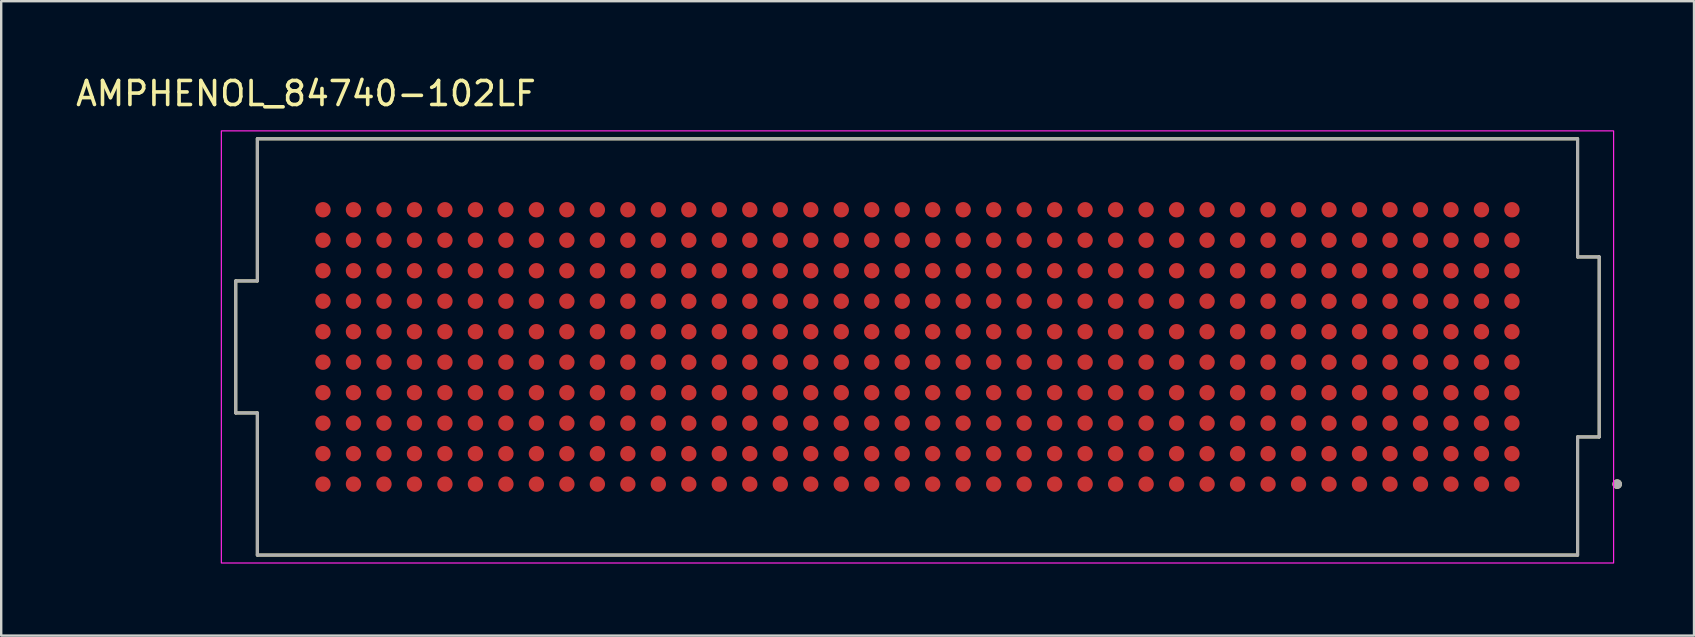
<source format=kicad_pcb>
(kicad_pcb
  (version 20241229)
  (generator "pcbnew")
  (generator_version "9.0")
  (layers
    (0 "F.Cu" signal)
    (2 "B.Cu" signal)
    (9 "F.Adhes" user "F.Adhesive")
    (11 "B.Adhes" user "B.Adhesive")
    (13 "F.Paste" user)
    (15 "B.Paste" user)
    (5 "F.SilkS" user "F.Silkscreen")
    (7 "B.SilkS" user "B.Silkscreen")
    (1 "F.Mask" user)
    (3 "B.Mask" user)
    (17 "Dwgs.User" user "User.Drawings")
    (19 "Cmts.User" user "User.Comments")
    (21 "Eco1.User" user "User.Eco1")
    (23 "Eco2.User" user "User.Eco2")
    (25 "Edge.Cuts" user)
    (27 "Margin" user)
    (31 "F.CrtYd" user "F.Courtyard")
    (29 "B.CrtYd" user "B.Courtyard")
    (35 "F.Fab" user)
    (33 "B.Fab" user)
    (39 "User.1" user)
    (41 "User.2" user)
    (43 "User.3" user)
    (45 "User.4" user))
  (footprint "AMPHENOL_84740-102LF"
    (layer "F.Cu")
    (at 35.171 11.403)
    (property "Reference" "AMPHENOL_84740-102LF" (at -25.475 -10.555 0) (layer "F.SilkS") (effects (font (size 1 1) (thickness 0.15))))
    (attr smd)
    (fp_line (start -28.4 -2.75) (end -28.4 2.75) (stroke (width 0.127) (type solid)) (layer "F.SilkS"))
    (fp_line (start -28.4 2.75) (end -27.5 2.75) (stroke (width 0.127) (type solid)) (layer "F.SilkS"))
    (fp_line (start -27.5 -8.67) (end -27.5 -2.75) (stroke (width 0.127) (type solid)) (layer "F.SilkS"))
    (fp_line (start -27.5 -2.75) (end -28.4 -2.75) (stroke (width 0.127) (type solid)) (layer "F.SilkS"))
    (fp_line (start -27.5 2.75) (end -27.5 8.67) (stroke (width 0.127) (type solid)) (layer "F.SilkS"))
    (fp_line (start -27.5 8.67) (end 27.5 8.67) (stroke (width 0.127) (type solid)) (layer "F.SilkS"))
    (fp_line (start 27.5 -8.67) (end -27.5 -8.67) (stroke (width 0.127) (type solid)) (layer "F.SilkS"))
    (fp_line (start 27.5 -3.75) (end 27.5 -8.67) (stroke (width 0.127) (type solid)) (layer "F.SilkS"))
    (fp_line (start 27.5 3.75) (end 28.4 3.75) (stroke (width 0.127) (type solid)) (layer "F.SilkS"))
    (fp_line (start 27.5 8.67) (end 27.5 3.75) (stroke (width 0.127) (type solid)) (layer "F.SilkS"))
    (fp_line (start 28.4 -3.75) (end 27.5 -3.75) (stroke (width 0.127) (type solid)) (layer "F.SilkS"))
    (fp_line (start 28.4 3.75) (end 28.4 -3.75) (stroke (width 0.127) (type solid)) (layer "F.SilkS"))
    (fp_circle (center 29.15 5.715) (end 29.25 5.715) (stroke (width 0.2) (type solid)) (fill no) (layer "F.SilkS"))
    (fp_rect (start -29 -9) (end 29 9) (stroke (width 0.05) (type default)) (fill no) (layer "F.CrtYd"))
    (fp_line (start -28.4 -2.75) (end -28.4 2.75) (stroke (width 0.127) (type solid)) (layer "F.Fab"))
    (fp_line (start -28.4 2.75) (end -27.5 2.75) (stroke (width 0.127) (type solid)) (layer "F.Fab"))
    (fp_line (start -27.5 -8.67) (end -27.5 -2.75) (stroke (width 0.127) (type solid)) (layer "F.Fab"))
    (fp_line (start -27.5 -2.75) (end -28.4 -2.75) (stroke (width 0.127) (type solid)) (layer "F.Fab"))
    (fp_line (start -27.5 2.75) (end -27.5 8.67) (stroke (width 0.127) (type solid)) (layer "F.Fab"))
    (fp_line (start -27.5 8.67) (end 27.5 8.67) (stroke (width 0.127) (type solid)) (layer "F.Fab"))
    (fp_line (start 27.5 -8.67) (end -27.5 -8.67) (stroke (width 0.127) (type solid)) (layer "F.Fab"))
    (fp_line (start 27.5 -3.75) (end 27.5 -8.67) (stroke (width 0.127) (type solid)) (layer "F.Fab"))
    (fp_line (start 27.5 3.75) (end 28.4 3.75) (stroke (width 0.127) (type solid)) (layer "F.Fab"))
    (fp_line (start 27.5 8.67) (end 27.5 3.75) (stroke (width 0.127) (type solid)) (layer "F.Fab"))
    (fp_line (start 28.4 -3.75) (end 27.5 -3.75) (stroke (width 0.127) (type solid)) (layer "F.Fab"))
    (fp_line (start 28.4 3.75) (end 28.4 -3.75) (stroke (width 0.127) (type solid)) (layer "F.Fab"))
    (fp_circle (center 29.15 5.715) (end 29.25 5.715) (stroke (width 0.2) (type solid)) (fill no) (layer "F.Fab"))
    (pad "A1" smd circle (at 24.765 5.715) (size 0.64 0.64) (layers "F.Cu" "F.Mask" "F.Paste"))
    (pad "A2" smd circle (at 23.495 5.715) (size 0.64 0.64) (layers "F.Cu" "F.Mask" "F.Paste"))
    (pad "A3" smd circle (at 22.225 5.715) (size 0.64 0.64) (layers "F.Cu" "F.Mask" "F.Paste"))
    (pad "A4" smd circle (at 20.955 5.715) (size 0.64 0.64) (layers "F.Cu" "F.Mask" "F.Paste"))
    (pad "A5" smd circle (at 19.685 5.715) (size 0.64 0.64) (layers "F.Cu" "F.Mask" "F.Paste"))
    (pad "A6" smd circle (at 18.415 5.715) (size 0.64 0.64) (layers "F.Cu" "F.Mask" "F.Paste"))
    (pad "A7" smd circle (at 17.145 5.715) (size 0.64 0.64) (layers "F.Cu" "F.Mask" "F.Paste"))
    (pad "A8" smd circle (at 15.875 5.715) (size 0.64 0.64) (layers "F.Cu" "F.Mask" "F.Paste"))
    (pad "A9" smd circle (at 14.605 5.715) (size 0.64 0.64) (layers "F.Cu" "F.Mask" "F.Paste"))
    (pad "A10" smd circle (at 13.335 5.715) (size 0.64 0.64) (layers "F.Cu" "F.Mask" "F.Paste"))
    (pad "A11" smd circle (at 12.065 5.715) (size 0.64 0.64) (layers "F.Cu" "F.Mask" "F.Paste"))
    (pad "A12" smd circle (at 10.795 5.715) (size 0.64 0.64) (layers "F.Cu" "F.Mask" "F.Paste"))
    (pad "A13" smd circle (at 9.525 5.715) (size 0.64 0.64) (layers "F.Cu" "F.Mask" "F.Paste"))
    (pad "A14" smd circle (at 8.255 5.715) (size 0.64 0.64) (layers "F.Cu" "F.Mask" "F.Paste"))
    (pad "A15" smd circle (at 6.985 5.715) (size 0.64 0.64) (layers "F.Cu" "F.Mask" "F.Paste"))
    (pad "A16" smd circle (at 5.715 5.715) (size 0.64 0.64) (layers "F.Cu" "F.Mask" "F.Paste"))
    (pad "A17" smd circle (at 4.445 5.715) (size 0.64 0.64) (layers "F.Cu" "F.Mask" "F.Paste"))
    (pad "A18" smd circle (at 3.175 5.715) (size 0.64 0.64) (layers "F.Cu" "F.Mask" "F.Paste"))
    (pad "A19" smd circle (at 1.905 5.715) (size 0.64 0.64) (layers "F.Cu" "F.Mask" "F.Paste"))
    (pad "A20" smd circle (at 0.635 5.715) (size 0.64 0.64) (layers "F.Cu" "F.Mask" "F.Paste"))
    (pad "A21" smd circle (at -0.635 5.715) (size 0.64 0.64) (layers "F.Cu" "F.Mask" "F.Paste"))
    (pad "A22" smd circle (at -1.905 5.715) (size 0.64 0.64) (layers "F.Cu" "F.Mask" "F.Paste"))
    (pad "A23" smd circle (at -3.175 5.715) (size 0.64 0.64) (layers "F.Cu" "F.Mask" "F.Paste"))
    (pad "A24" smd circle (at -4.445 5.715) (size 0.64 0.64) (layers "F.Cu" "F.Mask" "F.Paste"))
    (pad "A25" smd circle (at -5.715 5.715) (size 0.64 0.64) (layers "F.Cu" "F.Mask" "F.Paste"))
    (pad "A26" smd circle (at -6.985 5.715) (size 0.64 0.64) (layers "F.Cu" "F.Mask" "F.Paste"))
    (pad "A27" smd circle (at -8.255 5.715) (size 0.64 0.64) (layers "F.Cu" "F.Mask" "F.Paste"))
    (pad "A28" smd circle (at -9.525 5.715) (size 0.64 0.64) (layers "F.Cu" "F.Mask" "F.Paste"))
    (pad "A29" smd circle (at -10.795 5.715) (size 0.64 0.64) (layers "F.Cu" "F.Mask" "F.Paste"))
    (pad "A30" smd circle (at -12.065 5.715) (size 0.64 0.64) (layers "F.Cu" "F.Mask" "F.Paste"))
    (pad "A31" smd circle (at -13.335 5.715) (size 0.64 0.64) (layers "F.Cu" "F.Mask" "F.Paste"))
    (pad "A32" smd circle (at -14.605 5.715) (size 0.64 0.64) (layers "F.Cu" "F.Mask" "F.Paste"))
    (pad "A33" smd circle (at -15.875 5.715) (size 0.64 0.64) (layers "F.Cu" "F.Mask" "F.Paste"))
    (pad "A34" smd circle (at -17.145 5.715) (size 0.64 0.64) (layers "F.Cu" "F.Mask" "F.Paste"))
    (pad "A35" smd circle (at -18.415 5.715) (size 0.64 0.64) (layers "F.Cu" "F.Mask" "F.Paste"))
    (pad "A36" smd circle (at -19.685 5.715) (size 0.64 0.64) (layers "F.Cu" "F.Mask" "F.Paste"))
    (pad "A37" smd circle (at -20.955 5.715) (size 0.64 0.64) (layers "F.Cu" "F.Mask" "F.Paste"))
    (pad "A38" smd circle (at -22.225 5.715) (size 0.64 0.64) (layers "F.Cu" "F.Mask" "F.Paste"))
    (pad "A39" smd circle (at -23.495 5.715) (size 0.64 0.64) (layers "F.Cu" "F.Mask" "F.Paste"))
    (pad "A40" smd circle (at -24.765 5.715) (size 0.64 0.64) (layers "F.Cu" "F.Mask" "F.Paste"))
    (pad "B1" smd circle (at 24.765 4.445) (size 0.64 0.64) (layers "F.Cu" "F.Mask" "F.Paste"))
    (pad "B2" smd circle (at 23.495 4.445) (size 0.64 0.64) (layers "F.Cu" "F.Mask" "F.Paste"))
    (pad "B3" smd circle (at 22.225 4.445) (size 0.64 0.64) (layers "F.Cu" "F.Mask" "F.Paste"))
    (pad "B4" smd circle (at 20.955 4.445) (size 0.64 0.64) (layers "F.Cu" "F.Mask" "F.Paste"))
    (pad "B5" smd circle (at 19.685 4.445) (size 0.64 0.64) (layers "F.Cu" "F.Mask" "F.Paste"))
    (pad "B6" smd circle (at 18.415 4.445) (size 0.64 0.64) (layers "F.Cu" "F.Mask" "F.Paste"))
    (pad "B7" smd circle (at 17.145 4.445) (size 0.64 0.64) (layers "F.Cu" "F.Mask" "F.Paste"))
    (pad "B8" smd circle (at 15.875 4.445) (size 0.64 0.64) (layers "F.Cu" "F.Mask" "F.Paste"))
    (pad "B9" smd circle (at 14.605 4.445) (size 0.64 0.64) (layers "F.Cu" "F.Mask" "F.Paste"))
    (pad "B10" smd circle (at 13.335 4.445) (size 0.64 0.64) (layers "F.Cu" "F.Mask" "F.Paste"))
    (pad "B11" smd circle (at 12.065 4.445) (size 0.64 0.64) (layers "F.Cu" "F.Mask" "F.Paste"))
    (pad "B12" smd circle (at 10.795 4.445) (size 0.64 0.64) (layers "F.Cu" "F.Mask" "F.Paste"))
    (pad "B13" smd circle (at 9.525 4.445) (size 0.64 0.64) (layers "F.Cu" "F.Mask" "F.Paste"))
    (pad "B14" smd circle (at 8.255 4.445) (size 0.64 0.64) (layers "F.Cu" "F.Mask" "F.Paste"))
    (pad "B15" smd circle (at 6.985 4.445) (size 0.64 0.64) (layers "F.Cu" "F.Mask" "F.Paste"))
    (pad "B16" smd circle (at 5.715 4.445) (size 0.64 0.64) (layers "F.Cu" "F.Mask" "F.Paste"))
    (pad "B17" smd circle (at 4.445 4.445) (size 0.64 0.64) (layers "F.Cu" "F.Mask" "F.Paste"))
    (pad "B18" smd circle (at 3.175 4.445) (size 0.64 0.64) (layers "F.Cu" "F.Mask" "F.Paste"))
    (pad "B19" smd circle (at 1.905 4.445) (size 0.64 0.64) (layers "F.Cu" "F.Mask" "F.Paste"))
    (pad "B20" smd circle (at 0.635 4.445) (size 0.64 0.64) (layers "F.Cu" "F.Mask" "F.Paste"))
    (pad "B21" smd circle (at -0.635 4.445) (size 0.64 0.64) (layers "F.Cu" "F.Mask" "F.Paste"))
    (pad "B22" smd circle (at -1.905 4.445) (size 0.64 0.64) (layers "F.Cu" "F.Mask" "F.Paste"))
    (pad "B23" smd circle (at -3.175 4.445) (size 0.64 0.64) (layers "F.Cu" "F.Mask" "F.Paste"))
    (pad "B24" smd circle (at -4.445 4.445) (size 0.64 0.64) (layers "F.Cu" "F.Mask" "F.Paste"))
    (pad "B25" smd circle (at -5.715 4.445) (size 0.64 0.64) (layers "F.Cu" "F.Mask" "F.Paste"))
    (pad "B26" smd circle (at -6.985 4.445) (size 0.64 0.64) (layers "F.Cu" "F.Mask" "F.Paste"))
    (pad "B27" smd circle (at -8.255 4.445) (size 0.64 0.64) (layers "F.Cu" "F.Mask" "F.Paste"))
    (pad "B28" smd circle (at -9.525 4.445) (size 0.64 0.64) (layers "F.Cu" "F.Mask" "F.Paste"))
    (pad "B29" smd circle (at -10.795 4.445) (size 0.64 0.64) (layers "F.Cu" "F.Mask" "F.Paste"))
    (pad "B30" smd circle (at -12.065 4.445) (size 0.64 0.64) (layers "F.Cu" "F.Mask" "F.Paste"))
    (pad "B31" smd circle (at -13.335 4.445) (size 0.64 0.64) (layers "F.Cu" "F.Mask" "F.Paste"))
    (pad "B32" smd circle (at -14.605 4.445) (size 0.64 0.64) (layers "F.Cu" "F.Mask" "F.Paste"))
    (pad "B33" smd circle (at -15.875 4.445) (size 0.64 0.64) (layers "F.Cu" "F.Mask" "F.Paste"))
    (pad "B34" smd circle (at -17.145 4.445) (size 0.64 0.64) (layers "F.Cu" "F.Mask" "F.Paste"))
    (pad "B35" smd circle (at -18.415 4.445) (size 0.64 0.64) (layers "F.Cu" "F.Mask" "F.Paste"))
    (pad "B36" smd circle (at -19.685 4.445) (size 0.64 0.64) (layers "F.Cu" "F.Mask" "F.Paste"))
    (pad "B37" smd circle (at -20.955 4.445) (size 0.64 0.64) (layers "F.Cu" "F.Mask" "F.Paste"))
    (pad "B38" smd circle (at -22.225 4.445) (size 0.64 0.64) (layers "F.Cu" "F.Mask" "F.Paste"))
    (pad "B39" smd circle (at -23.495 4.445) (size 0.64 0.64) (layers "F.Cu" "F.Mask" "F.Paste"))
    (pad "B40" smd circle (at -24.765 4.445) (size 0.64 0.64) (layers "F.Cu" "F.Mask" "F.Paste"))
    (pad "C1" smd circle (at 24.765 3.175) (size 0.64 0.64) (layers "F.Cu" "F.Mask" "F.Paste"))
    (pad "C2" smd circle (at 23.495 3.175) (size 0.64 0.64) (layers "F.Cu" "F.Mask" "F.Paste"))
    (pad "C3" smd circle (at 22.225 3.175) (size 0.64 0.64) (layers "F.Cu" "F.Mask" "F.Paste"))
    (pad "C4" smd circle (at 20.955 3.175) (size 0.64 0.64) (layers "F.Cu" "F.Mask" "F.Paste"))
    (pad "C5" smd circle (at 19.685 3.175) (size 0.64 0.64) (layers "F.Cu" "F.Mask" "F.Paste"))
    (pad "C6" smd circle (at 18.415 3.175) (size 0.64 0.64) (layers "F.Cu" "F.Mask" "F.Paste"))
    (pad "C7" smd circle (at 17.145 3.175) (size 0.64 0.64) (layers "F.Cu" "F.Mask" "F.Paste"))
    (pad "C8" smd circle (at 15.875 3.175) (size 0.64 0.64) (layers "F.Cu" "F.Mask" "F.Paste"))
    (pad "C9" smd circle (at 14.605 3.175) (size 0.64 0.64) (layers "F.Cu" "F.Mask" "F.Paste"))
    (pad "C10" smd circle (at 13.335 3.175) (size 0.64 0.64) (layers "F.Cu" "F.Mask" "F.Paste"))
    (pad "C11" smd circle (at 12.065 3.175) (size 0.64 0.64) (layers "F.Cu" "F.Mask" "F.Paste"))
    (pad "C12" smd circle (at 10.795 3.175) (size 0.64 0.64) (layers "F.Cu" "F.Mask" "F.Paste"))
    (pad "C13" smd circle (at 9.525 3.175) (size 0.64 0.64) (layers "F.Cu" "F.Mask" "F.Paste"))
    (pad "C14" smd circle (at 8.255 3.175) (size 0.64 0.64) (layers "F.Cu" "F.Mask" "F.Paste"))
    (pad "C15" smd circle (at 6.985 3.175) (size 0.64 0.64) (layers "F.Cu" "F.Mask" "F.Paste"))
    (pad "C16" smd circle (at 5.715 3.175) (size 0.64 0.64) (layers "F.Cu" "F.Mask" "F.Paste"))
    (pad "C17" smd circle (at 4.445 3.175) (size 0.64 0.64) (layers "F.Cu" "F.Mask" "F.Paste"))
    (pad "C18" smd circle (at 3.175 3.175) (size 0.64 0.64) (layers "F.Cu" "F.Mask" "F.Paste"))
    (pad "C19" smd circle (at 1.905 3.175) (size 0.64 0.64) (layers "F.Cu" "F.Mask" "F.Paste"))
    (pad "C20" smd circle (at 0.635 3.175) (size 0.64 0.64) (layers "F.Cu" "F.Mask" "F.Paste"))
    (pad "C21" smd circle (at -0.635 3.175) (size 0.64 0.64) (layers "F.Cu" "F.Mask" "F.Paste"))
    (pad "C22" smd circle (at -1.905 3.175) (size 0.64 0.64) (layers "F.Cu" "F.Mask" "F.Paste"))
    (pad "C23" smd circle (at -3.175 3.175) (size 0.64 0.64) (layers "F.Cu" "F.Mask" "F.Paste"))
    (pad "C24" smd circle (at -4.445 3.175) (size 0.64 0.64) (layers "F.Cu" "F.Mask" "F.Paste"))
    (pad "C25" smd circle (at -5.715 3.175) (size 0.64 0.64) (layers "F.Cu" "F.Mask" "F.Paste"))
    (pad "C26" smd circle (at -6.985 3.175) (size 0.64 0.64) (layers "F.Cu" "F.Mask" "F.Paste"))
    (pad "C27" smd circle (at -8.255 3.175) (size 0.64 0.64) (layers "F.Cu" "F.Mask" "F.Paste"))
    (pad "C28" smd circle (at -9.525 3.175) (size 0.64 0.64) (layers "F.Cu" "F.Mask" "F.Paste"))
    (pad "C29" smd circle (at -10.795 3.175) (size 0.64 0.64) (layers "F.Cu" "F.Mask" "F.Paste"))
    (pad "C30" smd circle (at -12.065 3.175) (size 0.64 0.64) (layers "F.Cu" "F.Mask" "F.Paste"))
    (pad "C31" smd circle (at -13.335 3.175) (size 0.64 0.64) (layers "F.Cu" "F.Mask" "F.Paste"))
    (pad "C32" smd circle (at -14.605 3.175) (size 0.64 0.64) (layers "F.Cu" "F.Mask" "F.Paste"))
    (pad "C33" smd circle (at -15.875 3.175) (size 0.64 0.64) (layers "F.Cu" "F.Mask" "F.Paste"))
    (pad "C34" smd circle (at -17.145 3.175) (size 0.64 0.64) (layers "F.Cu" "F.Mask" "F.Paste"))
    (pad "C35" smd circle (at -18.415 3.175) (size 0.64 0.64) (layers "F.Cu" "F.Mask" "F.Paste"))
    (pad "C36" smd circle (at -19.685 3.175) (size 0.64 0.64) (layers "F.Cu" "F.Mask" "F.Paste"))
    (pad "C37" smd circle (at -20.955 3.175) (size 0.64 0.64) (layers "F.Cu" "F.Mask" "F.Paste"))
    (pad "C38" smd circle (at -22.225 3.175) (size 0.64 0.64) (layers "F.Cu" "F.Mask" "F.Paste"))
    (pad "C39" smd circle (at -23.495 3.175) (size 0.64 0.64) (layers "F.Cu" "F.Mask" "F.Paste"))
    (pad "C40" smd circle (at -24.765 3.175) (size 0.64 0.64) (layers "F.Cu" "F.Mask" "F.Paste"))
    (pad "D1" smd circle (at 24.765 1.905) (size 0.64 0.64) (layers "F.Cu" "F.Mask" "F.Paste"))
    (pad "D2" smd circle (at 23.495 1.905) (size 0.64 0.64) (layers "F.Cu" "F.Mask" "F.Paste"))
    (pad "D3" smd circle (at 22.225 1.905) (size 0.64 0.64) (layers "F.Cu" "F.Mask" "F.Paste"))
    (pad "D4" smd circle (at 20.955 1.905) (size 0.64 0.64) (layers "F.Cu" "F.Mask" "F.Paste"))
    (pad "D5" smd circle (at 19.685 1.905) (size 0.64 0.64) (layers "F.Cu" "F.Mask" "F.Paste"))
    (pad "D6" smd circle (at 18.415 1.905) (size 0.64 0.64) (layers "F.Cu" "F.Mask" "F.Paste"))
    (pad "D7" smd circle (at 17.145 1.905) (size 0.64 0.64) (layers "F.Cu" "F.Mask" "F.Paste"))
    (pad "D8" smd circle (at 15.875 1.905) (size 0.64 0.64) (layers "F.Cu" "F.Mask" "F.Paste"))
    (pad "D9" smd circle (at 14.605 1.905) (size 0.64 0.64) (layers "F.Cu" "F.Mask" "F.Paste"))
    (pad "D10" smd circle (at 13.335 1.905) (size 0.64 0.64) (layers "F.Cu" "F.Mask" "F.Paste"))
    (pad "D11" smd circle (at 12.065 1.905) (size 0.64 0.64) (layers "F.Cu" "F.Mask" "F.Paste"))
    (pad "D12" smd circle (at 10.795 1.905) (size 0.64 0.64) (layers "F.Cu" "F.Mask" "F.Paste"))
    (pad "D13" smd circle (at 9.525 1.905) (size 0.64 0.64) (layers "F.Cu" "F.Mask" "F.Paste"))
    (pad "D14" smd circle (at 8.255 1.905) (size 0.64 0.64) (layers "F.Cu" "F.Mask" "F.Paste"))
    (pad "D15" smd circle (at 6.985 1.905) (size 0.64 0.64) (layers "F.Cu" "F.Mask" "F.Paste"))
    (pad "D16" smd circle (at 5.715 1.905) (size 0.64 0.64) (layers "F.Cu" "F.Mask" "F.Paste"))
    (pad "D17" smd circle (at 4.445 1.905) (size 0.64 0.64) (layers "F.Cu" "F.Mask" "F.Paste"))
    (pad "D18" smd circle (at 3.175 1.905) (size 0.64 0.64) (layers "F.Cu" "F.Mask" "F.Paste"))
    (pad "D19" smd circle (at 1.905 1.905) (size 0.64 0.64) (layers "F.Cu" "F.Mask" "F.Paste"))
    (pad "D20" smd circle (at 0.635 1.905) (size 0.64 0.64) (layers "F.Cu" "F.Mask" "F.Paste"))
    (pad "D21" smd circle (at -0.635 1.905) (size 0.64 0.64) (layers "F.Cu" "F.Mask" "F.Paste"))
    (pad "D22" smd circle (at -1.905 1.905) (size 0.64 0.64) (layers "F.Cu" "F.Mask" "F.Paste"))
    (pad "D23" smd circle (at -3.175 1.905) (size 0.64 0.64) (layers "F.Cu" "F.Mask" "F.Paste"))
    (pad "D24" smd circle (at -4.445 1.905) (size 0.64 0.64) (layers "F.Cu" "F.Mask" "F.Paste"))
    (pad "D25" smd circle (at -5.715 1.905) (size 0.64 0.64) (layers "F.Cu" "F.Mask" "F.Paste"))
    (pad "D26" smd circle (at -6.985 1.905) (size 0.64 0.64) (layers "F.Cu" "F.Mask" "F.Paste"))
    (pad "D27" smd circle (at -8.255 1.905) (size 0.64 0.64) (layers "F.Cu" "F.Mask" "F.Paste"))
    (pad "D28" smd circle (at -9.525 1.905) (size 0.64 0.64) (layers "F.Cu" "F.Mask" "F.Paste"))
    (pad "D29" smd circle (at -10.795 1.905) (size 0.64 0.64) (layers "F.Cu" "F.Mask" "F.Paste"))
    (pad "D30" smd circle (at -12.065 1.905) (size 0.64 0.64) (layers "F.Cu" "F.Mask" "F.Paste"))
    (pad "D31" smd circle (at -13.335 1.905) (size 0.64 0.64) (layers "F.Cu" "F.Mask" "F.Paste"))
    (pad "D32" smd circle (at -14.605 1.905) (size 0.64 0.64) (layers "F.Cu" "F.Mask" "F.Paste"))
    (pad "D33" smd circle (at -15.875 1.905) (size 0.64 0.64) (layers "F.Cu" "F.Mask" "F.Paste"))
    (pad "D34" smd circle (at -17.145 1.905) (size 0.64 0.64) (layers "F.Cu" "F.Mask" "F.Paste"))
    (pad "D35" smd circle (at -18.415 1.905) (size 0.64 0.64) (layers "F.Cu" "F.Mask" "F.Paste"))
    (pad "D36" smd circle (at -19.685 1.905) (size 0.64 0.64) (layers "F.Cu" "F.Mask" "F.Paste"))
    (pad "D37" smd circle (at -20.955 1.905) (size 0.64 0.64) (layers "F.Cu" "F.Mask" "F.Paste"))
    (pad "D38" smd circle (at -22.225 1.905) (size 0.64 0.64) (layers "F.Cu" "F.Mask" "F.Paste"))
    (pad "D39" smd circle (at -23.495 1.905) (size 0.64 0.64) (layers "F.Cu" "F.Mask" "F.Paste"))
    (pad "D40" smd circle (at -24.765 1.905) (size 0.64 0.64) (layers "F.Cu" "F.Mask" "F.Paste"))
    (pad "E1" smd circle (at 24.765 0.635) (size 0.64 0.64) (layers "F.Cu" "F.Mask" "F.Paste"))
    (pad "E2" smd circle (at 23.495 0.635) (size 0.64 0.64) (layers "F.Cu" "F.Mask" "F.Paste"))
    (pad "E3" smd circle (at 22.225 0.635) (size 0.64 0.64) (layers "F.Cu" "F.Mask" "F.Paste"))
    (pad "E4" smd circle (at 20.955 0.635) (size 0.64 0.64) (layers "F.Cu" "F.Mask" "F.Paste"))
    (pad "E5" smd circle (at 19.685 0.635) (size 0.64 0.64) (layers "F.Cu" "F.Mask" "F.Paste"))
    (pad "E6" smd circle (at 18.415 0.635) (size 0.64 0.64) (layers "F.Cu" "F.Mask" "F.Paste"))
    (pad "E7" smd circle (at 17.145 0.635) (size 0.64 0.64) (layers "F.Cu" "F.Mask" "F.Paste"))
    (pad "E8" smd circle (at 15.875 0.635) (size 0.64 0.64) (layers "F.Cu" "F.Mask" "F.Paste"))
    (pad "E9" smd circle (at 14.605 0.635) (size 0.64 0.64) (layers "F.Cu" "F.Mask" "F.Paste"))
    (pad "E10" smd circle (at 13.335 0.635) (size 0.64 0.64) (layers "F.Cu" "F.Mask" "F.Paste"))
    (pad "E11" smd circle (at 12.065 0.635) (size 0.64 0.64) (layers "F.Cu" "F.Mask" "F.Paste"))
    (pad "E12" smd circle (at 10.795 0.635) (size 0.64 0.64) (layers "F.Cu" "F.Mask" "F.Paste"))
    (pad "E13" smd circle (at 9.525 0.635) (size 0.64 0.64) (layers "F.Cu" "F.Mask" "F.Paste"))
    (pad "E14" smd circle (at 8.255 0.635) (size 0.64 0.64) (layers "F.Cu" "F.Mask" "F.Paste"))
    (pad "E15" smd circle (at 6.985 0.635) (size 0.64 0.64) (layers "F.Cu" "F.Mask" "F.Paste"))
    (pad "E16" smd circle (at 5.715 0.635) (size 0.64 0.64) (layers "F.Cu" "F.Mask" "F.Paste"))
    (pad "E17" smd circle (at 4.445 0.635) (size 0.64 0.64) (layers "F.Cu" "F.Mask" "F.Paste"))
    (pad "E18" smd circle (at 3.175 0.635) (size 0.64 0.64) (layers "F.Cu" "F.Mask" "F.Paste"))
    (pad "E19" smd circle (at 1.905 0.635) (size 0.64 0.64) (layers "F.Cu" "F.Mask" "F.Paste"))
    (pad "E20" smd circle (at 0.635 0.635) (size 0.64 0.64) (layers "F.Cu" "F.Mask" "F.Paste"))
    (pad "E21" smd circle (at -0.635 0.635) (size 0.64 0.64) (layers "F.Cu" "F.Mask" "F.Paste"))
    (pad "E22" smd circle (at -1.905 0.635) (size 0.64 0.64) (layers "F.Cu" "F.Mask" "F.Paste"))
    (pad "E23" smd circle (at -3.175 0.635) (size 0.64 0.64) (layers "F.Cu" "F.Mask" "F.Paste"))
    (pad "E24" smd circle (at -4.445 0.635) (size 0.64 0.64) (layers "F.Cu" "F.Mask" "F.Paste"))
    (pad "E25" smd circle (at -5.715 0.635) (size 0.64 0.64) (layers "F.Cu" "F.Mask" "F.Paste"))
    (pad "E26" smd circle (at -6.985 0.635) (size 0.64 0.64) (layers "F.Cu" "F.Mask" "F.Paste"))
    (pad "E27" smd circle (at -8.255 0.635) (size 0.64 0.64) (layers "F.Cu" "F.Mask" "F.Paste"))
    (pad "E28" smd circle (at -9.525 0.635) (size 0.64 0.64) (layers "F.Cu" "F.Mask" "F.Paste"))
    (pad "E29" smd circle (at -10.795 0.635) (size 0.64 0.64) (layers "F.Cu" "F.Mask" "F.Paste"))
    (pad "E30" smd circle (at -12.065 0.635) (size 0.64 0.64) (layers "F.Cu" "F.Mask" "F.Paste"))
    (pad "E31" smd circle (at -13.335 0.635) (size 0.64 0.64) (layers "F.Cu" "F.Mask" "F.Paste"))
    (pad "E32" smd circle (at -14.605 0.635) (size 0.64 0.64) (layers "F.Cu" "F.Mask" "F.Paste"))
    (pad "E33" smd circle (at -15.875 0.635) (size 0.64 0.64) (layers "F.Cu" "F.Mask" "F.Paste"))
    (pad "E34" smd circle (at -17.145 0.635) (size 0.64 0.64) (layers "F.Cu" "F.Mask" "F.Paste"))
    (pad "E35" smd circle (at -18.415 0.635) (size 0.64 0.64) (layers "F.Cu" "F.Mask" "F.Paste"))
    (pad "E36" smd circle (at -19.685 0.635) (size 0.64 0.64) (layers "F.Cu" "F.Mask" "F.Paste"))
    (pad "E37" smd circle (at -20.955 0.635) (size 0.64 0.64) (layers "F.Cu" "F.Mask" "F.Paste"))
    (pad "E38" smd circle (at -22.225 0.635) (size 0.64 0.64) (layers "F.Cu" "F.Mask" "F.Paste"))
    (pad "E39" smd circle (at -23.495 0.635) (size 0.64 0.64) (layers "F.Cu" "F.Mask" "F.Paste"))
    (pad "E40" smd circle (at -24.765 0.635) (size 0.64 0.64) (layers "F.Cu" "F.Mask" "F.Paste"))
    (pad "F1" smd circle (at 24.765 -0.635) (size 0.64 0.64) (layers "F.Cu" "F.Mask" "F.Paste"))
    (pad "F2" smd circle (at 23.495 -0.635) (size 0.64 0.64) (layers "F.Cu" "F.Mask" "F.Paste"))
    (pad "F3" smd circle (at 22.225 -0.635) (size 0.64 0.64) (layers "F.Cu" "F.Mask" "F.Paste"))
    (pad "F4" smd circle (at 20.955 -0.635) (size 0.64 0.64) (layers "F.Cu" "F.Mask" "F.Paste"))
    (pad "F5" smd circle (at 19.685 -0.635) (size 0.64 0.64) (layers "F.Cu" "F.Mask" "F.Paste"))
    (pad "F6" smd circle (at 18.415 -0.635) (size 0.64 0.64) (layers "F.Cu" "F.Mask" "F.Paste"))
    (pad "F7" smd circle (at 17.145 -0.635) (size 0.64 0.64) (layers "F.Cu" "F.Mask" "F.Paste"))
    (pad "F8" smd circle (at 15.875 -0.635) (size 0.64 0.64) (layers "F.Cu" "F.Mask" "F.Paste"))
    (pad "F9" smd circle (at 14.605 -0.635) (size 0.64 0.64) (layers "F.Cu" "F.Mask" "F.Paste"))
    (pad "F10" smd circle (at 13.335 -0.635) (size 0.64 0.64) (layers "F.Cu" "F.Mask" "F.Paste"))
    (pad "F11" smd circle (at 12.065 -0.635) (size 0.64 0.64) (layers "F.Cu" "F.Mask" "F.Paste"))
    (pad "F12" smd circle (at 10.795 -0.635) (size 0.64 0.64) (layers "F.Cu" "F.Mask" "F.Paste"))
    (pad "F13" smd circle (at 9.525 -0.635) (size 0.64 0.64) (layers "F.Cu" "F.Mask" "F.Paste"))
    (pad "F14" smd circle (at 8.255 -0.635) (size 0.64 0.64) (layers "F.Cu" "F.Mask" "F.Paste"))
    (pad "F15" smd circle (at 6.985 -0.635) (size 0.64 0.64) (layers "F.Cu" "F.Mask" "F.Paste"))
    (pad "F16" smd circle (at 5.715 -0.635) (size 0.64 0.64) (layers "F.Cu" "F.Mask" "F.Paste"))
    (pad "F17" smd circle (at 4.445 -0.635) (size 0.64 0.64) (layers "F.Cu" "F.Mask" "F.Paste"))
    (pad "F18" smd circle (at 3.175 -0.635) (size 0.64 0.64) (layers "F.Cu" "F.Mask" "F.Paste"))
    (pad "F19" smd circle (at 1.905 -0.635) (size 0.64 0.64) (layers "F.Cu" "F.Mask" "F.Paste"))
    (pad "F20" smd circle (at 0.635 -0.635) (size 0.64 0.64) (layers "F.Cu" "F.Mask" "F.Paste"))
    (pad "F21" smd circle (at -0.635 -0.635) (size 0.64 0.64) (layers "F.Cu" "F.Mask" "F.Paste"))
    (pad "F22" smd circle (at -1.905 -0.635) (size 0.64 0.64) (layers "F.Cu" "F.Mask" "F.Paste"))
    (pad "F23" smd circle (at -3.175 -0.635) (size 0.64 0.64) (layers "F.Cu" "F.Mask" "F.Paste"))
    (pad "F24" smd circle (at -4.445 -0.635) (size 0.64 0.64) (layers "F.Cu" "F.Mask" "F.Paste"))
    (pad "F25" smd circle (at -5.715 -0.635) (size 0.64 0.64) (layers "F.Cu" "F.Mask" "F.Paste"))
    (pad "F26" smd circle (at -6.985 -0.635) (size 0.64 0.64) (layers "F.Cu" "F.Mask" "F.Paste"))
    (pad "F27" smd circle (at -8.255 -0.635) (size 0.64 0.64) (layers "F.Cu" "F.Mask" "F.Paste"))
    (pad "F28" smd circle (at -9.525 -0.635) (size 0.64 0.64) (layers "F.Cu" "F.Mask" "F.Paste"))
    (pad "F29" smd circle (at -10.795 -0.635) (size 0.64 0.64) (layers "F.Cu" "F.Mask" "F.Paste"))
    (pad "F30" smd circle (at -12.065 -0.635) (size 0.64 0.64) (layers "F.Cu" "F.Mask" "F.Paste"))
    (pad "F31" smd circle (at -13.335 -0.635) (size 0.64 0.64) (layers "F.Cu" "F.Mask" "F.Paste"))
    (pad "F32" smd circle (at -14.605 -0.635) (size 0.64 0.64) (layers "F.Cu" "F.Mask" "F.Paste"))
    (pad "F33" smd circle (at -15.875 -0.635) (size 0.64 0.64) (layers "F.Cu" "F.Mask" "F.Paste"))
    (pad "F34" smd circle (at -17.145 -0.635) (size 0.64 0.64) (layers "F.Cu" "F.Mask" "F.Paste"))
    (pad "F35" smd circle (at -18.415 -0.635) (size 0.64 0.64) (layers "F.Cu" "F.Mask" "F.Paste"))
    (pad "F36" smd circle (at -19.685 -0.635) (size 0.64 0.64) (layers "F.Cu" "F.Mask" "F.Paste"))
    (pad "F37" smd circle (at -20.955 -0.635) (size 0.64 0.64) (layers "F.Cu" "F.Mask" "F.Paste"))
    (pad "F38" smd circle (at -22.225 -0.635) (size 0.64 0.64) (layers "F.Cu" "F.Mask" "F.Paste"))
    (pad "F39" smd circle (at -23.495 -0.635) (size 0.64 0.64) (layers "F.Cu" "F.Mask" "F.Paste"))
    (pad "F40" smd circle (at -24.765 -0.635) (size 0.64 0.64) (layers "F.Cu" "F.Mask" "F.Paste"))
    (pad "G1" smd circle (at 24.765 -1.905) (size 0.64 0.64) (layers "F.Cu" "F.Mask" "F.Paste"))
    (pad "G2" smd circle (at 23.495 -1.905) (size 0.64 0.64) (layers "F.Cu" "F.Mask" "F.Paste"))
    (pad "G3" smd circle (at 22.225 -1.905) (size 0.64 0.64) (layers "F.Cu" "F.Mask" "F.Paste"))
    (pad "G4" smd circle (at 20.955 -1.905) (size 0.64 0.64) (layers "F.Cu" "F.Mask" "F.Paste"))
    (pad "G5" smd circle (at 19.685 -1.905) (size 0.64 0.64) (layers "F.Cu" "F.Mask" "F.Paste"))
    (pad "G6" smd circle (at 18.415 -1.905) (size 0.64 0.64) (layers "F.Cu" "F.Mask" "F.Paste"))
    (pad "G7" smd circle (at 17.145 -1.905) (size 0.64 0.64) (layers "F.Cu" "F.Mask" "F.Paste"))
    (pad "G8" smd circle (at 15.875 -1.905) (size 0.64 0.64) (layers "F.Cu" "F.Mask" "F.Paste"))
    (pad "G9" smd circle (at 14.605 -1.905) (size 0.64 0.64) (layers "F.Cu" "F.Mask" "F.Paste"))
    (pad "G10" smd circle (at 13.335 -1.905) (size 0.64 0.64) (layers "F.Cu" "F.Mask" "F.Paste"))
    (pad "G11" smd circle (at 12.065 -1.905) (size 0.64 0.64) (layers "F.Cu" "F.Mask" "F.Paste"))
    (pad "G12" smd circle (at 10.795 -1.905) (size 0.64 0.64) (layers "F.Cu" "F.Mask" "F.Paste"))
    (pad "G13" smd circle (at 9.525 -1.905) (size 0.64 0.64) (layers "F.Cu" "F.Mask" "F.Paste"))
    (pad "G14" smd circle (at 8.255 -1.905) (size 0.64 0.64) (layers "F.Cu" "F.Mask" "F.Paste"))
    (pad "G15" smd circle (at 6.985 -1.905) (size 0.64 0.64) (layers "F.Cu" "F.Mask" "F.Paste"))
    (pad "G16" smd circle (at 5.715 -1.905) (size 0.64 0.64) (layers "F.Cu" "F.Mask" "F.Paste"))
    (pad "G17" smd circle (at 4.445 -1.905) (size 0.64 0.64) (layers "F.Cu" "F.Mask" "F.Paste"))
    (pad "G18" smd circle (at 3.175 -1.905) (size 0.64 0.64) (layers "F.Cu" "F.Mask" "F.Paste"))
    (pad "G19" smd circle (at 1.905 -1.905) (size 0.64 0.64) (layers "F.Cu" "F.Mask" "F.Paste"))
    (pad "G20" smd circle (at 0.635 -1.905) (size 0.64 0.64) (layers "F.Cu" "F.Mask" "F.Paste"))
    (pad "G21" smd circle (at -0.635 -1.905) (size 0.64 0.64) (layers "F.Cu" "F.Mask" "F.Paste"))
    (pad "G22" smd circle (at -1.905 -1.905) (size 0.64 0.64) (layers "F.Cu" "F.Mask" "F.Paste"))
    (pad "G23" smd circle (at -3.175 -1.905) (size 0.64 0.64) (layers "F.Cu" "F.Mask" "F.Paste"))
    (pad "G24" smd circle (at -4.445 -1.905) (size 0.64 0.64) (layers "F.Cu" "F.Mask" "F.Paste"))
    (pad "G25" smd circle (at -5.715 -1.905) (size 0.64 0.64) (layers "F.Cu" "F.Mask" "F.Paste"))
    (pad "G26" smd circle (at -6.985 -1.905) (size 0.64 0.64) (layers "F.Cu" "F.Mask" "F.Paste"))
    (pad "G27" smd circle (at -8.255 -1.905) (size 0.64 0.64) (layers "F.Cu" "F.Mask" "F.Paste"))
    (pad "G28" smd circle (at -9.525 -1.905) (size 0.64 0.64) (layers "F.Cu" "F.Mask" "F.Paste"))
    (pad "G29" smd circle (at -10.795 -1.905) (size 0.64 0.64) (layers "F.Cu" "F.Mask" "F.Paste"))
    (pad "G30" smd circle (at -12.065 -1.905) (size 0.64 0.64) (layers "F.Cu" "F.Mask" "F.Paste"))
    (pad "G31" smd circle (at -13.335 -1.905) (size 0.64 0.64) (layers "F.Cu" "F.Mask" "F.Paste"))
    (pad "G32" smd circle (at -14.605 -1.905) (size 0.64 0.64) (layers "F.Cu" "F.Mask" "F.Paste"))
    (pad "G33" smd circle (at -15.875 -1.905) (size 0.64 0.64) (layers "F.Cu" "F.Mask" "F.Paste"))
    (pad "G34" smd circle (at -17.145 -1.905) (size 0.64 0.64) (layers "F.Cu" "F.Mask" "F.Paste"))
    (pad "G35" smd circle (at -18.415 -1.905) (size 0.64 0.64) (layers "F.Cu" "F.Mask" "F.Paste"))
    (pad "G36" smd circle (at -19.685 -1.905) (size 0.64 0.64) (layers "F.Cu" "F.Mask" "F.Paste"))
    (pad "G37" smd circle (at -20.955 -1.905) (size 0.64 0.64) (layers "F.Cu" "F.Mask" "F.Paste"))
    (pad "G38" smd circle (at -22.225 -1.905) (size 0.64 0.64) (layers "F.Cu" "F.Mask" "F.Paste"))
    (pad "G39" smd circle (at -23.495 -1.905) (size 0.64 0.64) (layers "F.Cu" "F.Mask" "F.Paste"))
    (pad "G40" smd circle (at -24.765 -1.905) (size 0.64 0.64) (layers "F.Cu" "F.Mask" "F.Paste"))
    (pad "H1" smd circle (at 24.765 -3.175) (size 0.64 0.64) (layers "F.Cu" "F.Mask" "F.Paste"))
    (pad "H2" smd circle (at 23.495 -3.175) (size 0.64 0.64) (layers "F.Cu" "F.Mask" "F.Paste"))
    (pad "H3" smd circle (at 22.225 -3.175) (size 0.64 0.64) (layers "F.Cu" "F.Mask" "F.Paste"))
    (pad "H4" smd circle (at 20.955 -3.175) (size 0.64 0.64) (layers "F.Cu" "F.Mask" "F.Paste"))
    (pad "H5" smd circle (at 19.685 -3.175) (size 0.64 0.64) (layers "F.Cu" "F.Mask" "F.Paste"))
    (pad "H6" smd circle (at 18.415 -3.175) (size 0.64 0.64) (layers "F.Cu" "F.Mask" "F.Paste"))
    (pad "H7" smd circle (at 17.145 -3.175) (size 0.64 0.64) (layers "F.Cu" "F.Mask" "F.Paste"))
    (pad "H8" smd circle (at 15.875 -3.175) (size 0.64 0.64) (layers "F.Cu" "F.Mask" "F.Paste"))
    (pad "H9" smd circle (at 14.605 -3.175) (size 0.64 0.64) (layers "F.Cu" "F.Mask" "F.Paste"))
    (pad "H10" smd circle (at 13.335 -3.175) (size 0.64 0.64) (layers "F.Cu" "F.Mask" "F.Paste"))
    (pad "H11" smd circle (at 12.065 -3.175) (size 0.64 0.64) (layers "F.Cu" "F.Mask" "F.Paste"))
    (pad "H12" smd circle (at 10.795 -3.175) (size 0.64 0.64) (layers "F.Cu" "F.Mask" "F.Paste"))
    (pad "H13" smd circle (at 9.525 -3.175) (size 0.64 0.64) (layers "F.Cu" "F.Mask" "F.Paste"))
    (pad "H14" smd circle (at 8.255 -3.175) (size 0.64 0.64) (layers "F.Cu" "F.Mask" "F.Paste"))
    (pad "H15" smd circle (at 6.985 -3.175) (size 0.64 0.64) (layers "F.Cu" "F.Mask" "F.Paste"))
    (pad "H16" smd circle (at 5.715 -3.175) (size 0.64 0.64) (layers "F.Cu" "F.Mask" "F.Paste"))
    (pad "H17" smd circle (at 4.445 -3.175) (size 0.64 0.64) (layers "F.Cu" "F.Mask" "F.Paste"))
    (pad "H18" smd circle (at 3.175 -3.175) (size 0.64 0.64) (layers "F.Cu" "F.Mask" "F.Paste"))
    (pad "H19" smd circle (at 1.905 -3.175) (size 0.64 0.64) (layers "F.Cu" "F.Mask" "F.Paste"))
    (pad "H20" smd circle (at 0.635 -3.175) (size 0.64 0.64) (layers "F.Cu" "F.Mask" "F.Paste"))
    (pad "H21" smd circle (at -0.635 -3.175) (size 0.64 0.64) (layers "F.Cu" "F.Mask" "F.Paste"))
    (pad "H22" smd circle (at -1.905 -3.175) (size 0.64 0.64) (layers "F.Cu" "F.Mask" "F.Paste"))
    (pad "H23" smd circle (at -3.175 -3.175) (size 0.64 0.64) (layers "F.Cu" "F.Mask" "F.Paste"))
    (pad "H24" smd circle (at -4.445 -3.175) (size 0.64 0.64) (layers "F.Cu" "F.Mask" "F.Paste"))
    (pad "H25" smd circle (at -5.715 -3.175) (size 0.64 0.64) (layers "F.Cu" "F.Mask" "F.Paste"))
    (pad "H26" smd circle (at -6.985 -3.175) (size 0.64 0.64) (layers "F.Cu" "F.Mask" "F.Paste"))
    (pad "H27" smd circle (at -8.255 -3.175) (size 0.64 0.64) (layers "F.Cu" "F.Mask" "F.Paste"))
    (pad "H28" smd circle (at -9.525 -3.175) (size 0.64 0.64) (layers "F.Cu" "F.Mask" "F.Paste"))
    (pad "H29" smd circle (at -10.795 -3.175) (size 0.64 0.64) (layers "F.Cu" "F.Mask" "F.Paste"))
    (pad "H30" smd circle (at -12.065 -3.175) (size 0.64 0.64) (layers "F.Cu" "F.Mask" "F.Paste"))
    (pad "H31" smd circle (at -13.335 -3.175) (size 0.64 0.64) (layers "F.Cu" "F.Mask" "F.Paste"))
    (pad "H32" smd circle (at -14.605 -3.175) (size 0.64 0.64) (layers "F.Cu" "F.Mask" "F.Paste"))
    (pad "H33" smd circle (at -15.875 -3.175) (size 0.64 0.64) (layers "F.Cu" "F.Mask" "F.Paste"))
    (pad "H34" smd circle (at -17.145 -3.175) (size 0.64 0.64) (layers "F.Cu" "F.Mask" "F.Paste"))
    (pad "H35" smd circle (at -18.415 -3.175) (size 0.64 0.64) (layers "F.Cu" "F.Mask" "F.Paste"))
    (pad "H36" smd circle (at -19.685 -3.175) (size 0.64 0.64) (layers "F.Cu" "F.Mask" "F.Paste"))
    (pad "H37" smd circle (at -20.955 -3.175) (size 0.64 0.64) (layers "F.Cu" "F.Mask" "F.Paste"))
    (pad "H38" smd circle (at -22.225 -3.175) (size 0.64 0.64) (layers "F.Cu" "F.Mask" "F.Paste"))
    (pad "H39" smd circle (at -23.495 -3.175) (size 0.64 0.64) (layers "F.Cu" "F.Mask" "F.Paste"))
    (pad "H40" smd circle (at -24.765 -3.175) (size 0.64 0.64) (layers "F.Cu" "F.Mask" "F.Paste"))
    (pad "J1" smd circle (at 24.765 -4.445) (size 0.64 0.64) (layers "F.Cu" "F.Mask" "F.Paste"))
    (pad "J2" smd circle (at 23.495 -4.445) (size 0.64 0.64) (layers "F.Cu" "F.Mask" "F.Paste"))
    (pad "J3" smd circle (at 22.225 -4.445) (size 0.64 0.64) (layers "F.Cu" "F.Mask" "F.Paste"))
    (pad "J4" smd circle (at 20.955 -4.445) (size 0.64 0.64) (layers "F.Cu" "F.Mask" "F.Paste"))
    (pad "J5" smd circle (at 19.685 -4.445) (size 0.64 0.64) (layers "F.Cu" "F.Mask" "F.Paste"))
    (pad "J6" smd circle (at 18.415 -4.445) (size 0.64 0.64) (layers "F.Cu" "F.Mask" "F.Paste"))
    (pad "J7" smd circle (at 17.145 -4.445) (size 0.64 0.64) (layers "F.Cu" "F.Mask" "F.Paste"))
    (pad "J8" smd circle (at 15.875 -4.445) (size 0.64 0.64) (layers "F.Cu" "F.Mask" "F.Paste"))
    (pad "J9" smd circle (at 14.605 -4.445) (size 0.64 0.64) (layers "F.Cu" "F.Mask" "F.Paste"))
    (pad "J10" smd circle (at 13.335 -4.445) (size 0.64 0.64) (layers "F.Cu" "F.Mask" "F.Paste"))
    (pad "J11" smd circle (at 12.065 -4.445) (size 0.64 0.64) (layers "F.Cu" "F.Mask" "F.Paste"))
    (pad "J12" smd circle (at 10.795 -4.445) (size 0.64 0.64) (layers "F.Cu" "F.Mask" "F.Paste"))
    (pad "J13" smd circle (at 9.525 -4.445) (size 0.64 0.64) (layers "F.Cu" "F.Mask" "F.Paste"))
    (pad "J14" smd circle (at 8.255 -4.445) (size 0.64 0.64) (layers "F.Cu" "F.Mask" "F.Paste"))
    (pad "J15" smd circle (at 6.985 -4.445) (size 0.64 0.64) (layers "F.Cu" "F.Mask" "F.Paste"))
    (pad "J16" smd circle (at 5.715 -4.445) (size 0.64 0.64) (layers "F.Cu" "F.Mask" "F.Paste"))
    (pad "J17" smd circle (at 4.445 -4.445) (size 0.64 0.64) (layers "F.Cu" "F.Mask" "F.Paste"))
    (pad "J18" smd circle (at 3.175 -4.445) (size 0.64 0.64) (layers "F.Cu" "F.Mask" "F.Paste"))
    (pad "J19" smd circle (at 1.905 -4.445) (size 0.64 0.64) (layers "F.Cu" "F.Mask" "F.Paste"))
    (pad "J20" smd circle (at 0.635 -4.445) (size 0.64 0.64) (layers "F.Cu" "F.Mask" "F.Paste"))
    (pad "J21" smd circle (at -0.635 -4.445) (size 0.64 0.64) (layers "F.Cu" "F.Mask" "F.Paste"))
    (pad "J22" smd circle (at -1.905 -4.445) (size 0.64 0.64) (layers "F.Cu" "F.Mask" "F.Paste"))
    (pad "J23" smd circle (at -3.175 -4.445) (size 0.64 0.64) (layers "F.Cu" "F.Mask" "F.Paste"))
    (pad "J24" smd circle (at -4.445 -4.445) (size 0.64 0.64) (layers "F.Cu" "F.Mask" "F.Paste"))
    (pad "J25" smd circle (at -5.715 -4.445) (size 0.64 0.64) (layers "F.Cu" "F.Mask" "F.Paste"))
    (pad "J26" smd circle (at -6.985 -4.445) (size 0.64 0.64) (layers "F.Cu" "F.Mask" "F.Paste"))
    (pad "J27" smd circle (at -8.255 -4.445) (size 0.64 0.64) (layers "F.Cu" "F.Mask" "F.Paste"))
    (pad "J28" smd circle (at -9.525 -4.445) (size 0.64 0.64) (layers "F.Cu" "F.Mask" "F.Paste"))
    (pad "J29" smd circle (at -10.795 -4.445) (size 0.64 0.64) (layers "F.Cu" "F.Mask" "F.Paste"))
    (pad "J30" smd circle (at -12.065 -4.445) (size 0.64 0.64) (layers "F.Cu" "F.Mask" "F.Paste"))
    (pad "J31" smd circle (at -13.335 -4.445) (size 0.64 0.64) (layers "F.Cu" "F.Mask" "F.Paste"))
    (pad "J32" smd circle (at -14.605 -4.445) (size 0.64 0.64) (layers "F.Cu" "F.Mask" "F.Paste"))
    (pad "J33" smd circle (at -15.875 -4.445) (size 0.64 0.64) (layers "F.Cu" "F.Mask" "F.Paste"))
    (pad "J34" smd circle (at -17.145 -4.445) (size 0.64 0.64) (layers "F.Cu" "F.Mask" "F.Paste"))
    (pad "J35" smd circle (at -18.415 -4.445) (size 0.64 0.64) (layers "F.Cu" "F.Mask" "F.Paste"))
    (pad "J36" smd circle (at -19.685 -4.445) (size 0.64 0.64) (layers "F.Cu" "F.Mask" "F.Paste"))
    (pad "J37" smd circle (at -20.955 -4.445) (size 0.64 0.64) (layers "F.Cu" "F.Mask" "F.Paste"))
    (pad "J38" smd circle (at -22.225 -4.445) (size 0.64 0.64) (layers "F.Cu" "F.Mask" "F.Paste"))
    (pad "J39" smd circle (at -23.495 -4.445) (size 0.64 0.64) (layers "F.Cu" "F.Mask" "F.Paste"))
    (pad "J40" smd circle (at -24.765 -4.445) (size 0.64 0.64) (layers "F.Cu" "F.Mask" "F.Paste"))
    (pad "K1" smd circle (at 24.765 -5.715) (size 0.64 0.64) (layers "F.Cu" "F.Mask" "F.Paste"))
    (pad "K2" smd circle (at 23.495 -5.715) (size 0.64 0.64) (layers "F.Cu" "F.Mask" "F.Paste"))
    (pad "K3" smd circle (at 22.225 -5.715) (size 0.64 0.64) (layers "F.Cu" "F.Mask" "F.Paste"))
    (pad "K4" smd circle (at 20.955 -5.715) (size 0.64 0.64) (layers "F.Cu" "F.Mask" "F.Paste"))
    (pad "K5" smd circle (at 19.685 -5.715) (size 0.64 0.64) (layers "F.Cu" "F.Mask" "F.Paste"))
    (pad "K6" smd circle (at 18.415 -5.715) (size 0.64 0.64) (layers "F.Cu" "F.Mask" "F.Paste"))
    (pad "K7" smd circle (at 17.145 -5.715) (size 0.64 0.64) (layers "F.Cu" "F.Mask" "F.Paste"))
    (pad "K8" smd circle (at 15.875 -5.715) (size 0.64 0.64) (layers "F.Cu" "F.Mask" "F.Paste"))
    (pad "K9" smd circle (at 14.605 -5.715) (size 0.64 0.64) (layers "F.Cu" "F.Mask" "F.Paste"))
    (pad "K10" smd circle (at 13.335 -5.715) (size 0.64 0.64) (layers "F.Cu" "F.Mask" "F.Paste"))
    (pad "K11" smd circle (at 12.065 -5.715) (size 0.64 0.64) (layers "F.Cu" "F.Mask" "F.Paste"))
    (pad "K12" smd circle (at 10.795 -5.715) (size 0.64 0.64) (layers "F.Cu" "F.Mask" "F.Paste"))
    (pad "K13" smd circle (at 9.525 -5.715) (size 0.64 0.64) (layers "F.Cu" "F.Mask" "F.Paste"))
    (pad "K14" smd circle (at 8.255 -5.715) (size 0.64 0.64) (layers "F.Cu" "F.Mask" "F.Paste"))
    (pad "K15" smd circle (at 6.985 -5.715) (size 0.64 0.64) (layers "F.Cu" "F.Mask" "F.Paste"))
    (pad "K16" smd circle (at 5.715 -5.715) (size 0.64 0.64) (layers "F.Cu" "F.Mask" "F.Paste"))
    (pad "K17" smd circle (at 4.445 -5.715) (size 0.64 0.64) (layers "F.Cu" "F.Mask" "F.Paste"))
    (pad "K18" smd circle (at 3.175 -5.715) (size 0.64 0.64) (layers "F.Cu" "F.Mask" "F.Paste"))
    (pad "K19" smd circle (at 1.905 -5.715) (size 0.64 0.64) (layers "F.Cu" "F.Mask" "F.Paste"))
    (pad "K20" smd circle (at 0.635 -5.715) (size 0.64 0.64) (layers "F.Cu" "F.Mask" "F.Paste"))
    (pad "K21" smd circle (at -0.635 -5.715) (size 0.64 0.64) (layers "F.Cu" "F.Mask" "F.Paste"))
    (pad "K22" smd circle (at -1.905 -5.715) (size 0.64 0.64) (layers "F.Cu" "F.Mask" "F.Paste"))
    (pad "K23" smd circle (at -3.175 -5.715) (size 0.64 0.64) (layers "F.Cu" "F.Mask" "F.Paste"))
    (pad "K24" smd circle (at -4.445 -5.715) (size 0.64 0.64) (layers "F.Cu" "F.Mask" "F.Paste"))
    (pad "K25" smd circle (at -5.715 -5.715) (size 0.64 0.64) (layers "F.Cu" "F.Mask" "F.Paste"))
    (pad "K26" smd circle (at -6.985 -5.715) (size 0.64 0.64) (layers "F.Cu" "F.Mask" "F.Paste"))
    (pad "K27" smd circle (at -8.255 -5.715) (size 0.64 0.64) (layers "F.Cu" "F.Mask" "F.Paste"))
    (pad "K28" smd circle (at -9.525 -5.715) (size 0.64 0.64) (layers "F.Cu" "F.Mask" "F.Paste"))
    (pad "K29" smd circle (at -10.795 -5.715) (size 0.64 0.64) (layers "F.Cu" "F.Mask" "F.Paste"))
    (pad "K30" smd circle (at -12.065 -5.715) (size 0.64 0.64) (layers "F.Cu" "F.Mask" "F.Paste"))
    (pad "K31" smd circle (at -13.335 -5.715) (size 0.64 0.64) (layers "F.Cu" "F.Mask" "F.Paste"))
    (pad "K32" smd circle (at -14.605 -5.715) (size 0.64 0.64) (layers "F.Cu" "F.Mask" "F.Paste"))
    (pad "K33" smd circle (at -15.875 -5.715) (size 0.64 0.64) (layers "F.Cu" "F.Mask" "F.Paste"))
    (pad "K34" smd circle (at -17.145 -5.715) (size 0.64 0.64) (layers "F.Cu" "F.Mask" "F.Paste"))
    (pad "K35" smd circle (at -18.415 -5.715) (size 0.64 0.64) (layers "F.Cu" "F.Mask" "F.Paste"))
    (pad "K36" smd circle (at -19.685 -5.715) (size 0.64 0.64) (layers "F.Cu" "F.Mask" "F.Paste"))
    (pad "K37" smd circle (at -20.955 -5.715) (size 0.64 0.64) (layers "F.Cu" "F.Mask" "F.Paste"))
    (pad "K38" smd circle (at -22.225 -5.715) (size 0.64 0.64) (layers "F.Cu" "F.Mask" "F.Paste"))
    (pad "K39" smd circle (at -23.495 -5.715) (size 0.64 0.64) (layers "F.Cu" "F.Mask" "F.Paste"))
    (pad "K40" smd circle (at -24.765 -5.715) (size 0.64 0.64) (layers "F.Cu" "F.Mask" "F.Paste")))
  (gr_rect
    (start -3 -3)
    (end 67.521 23.428)
    (stroke (width 0.1) (type default))
    (fill no)
    (layer "Edge.Cuts")))
</source>
